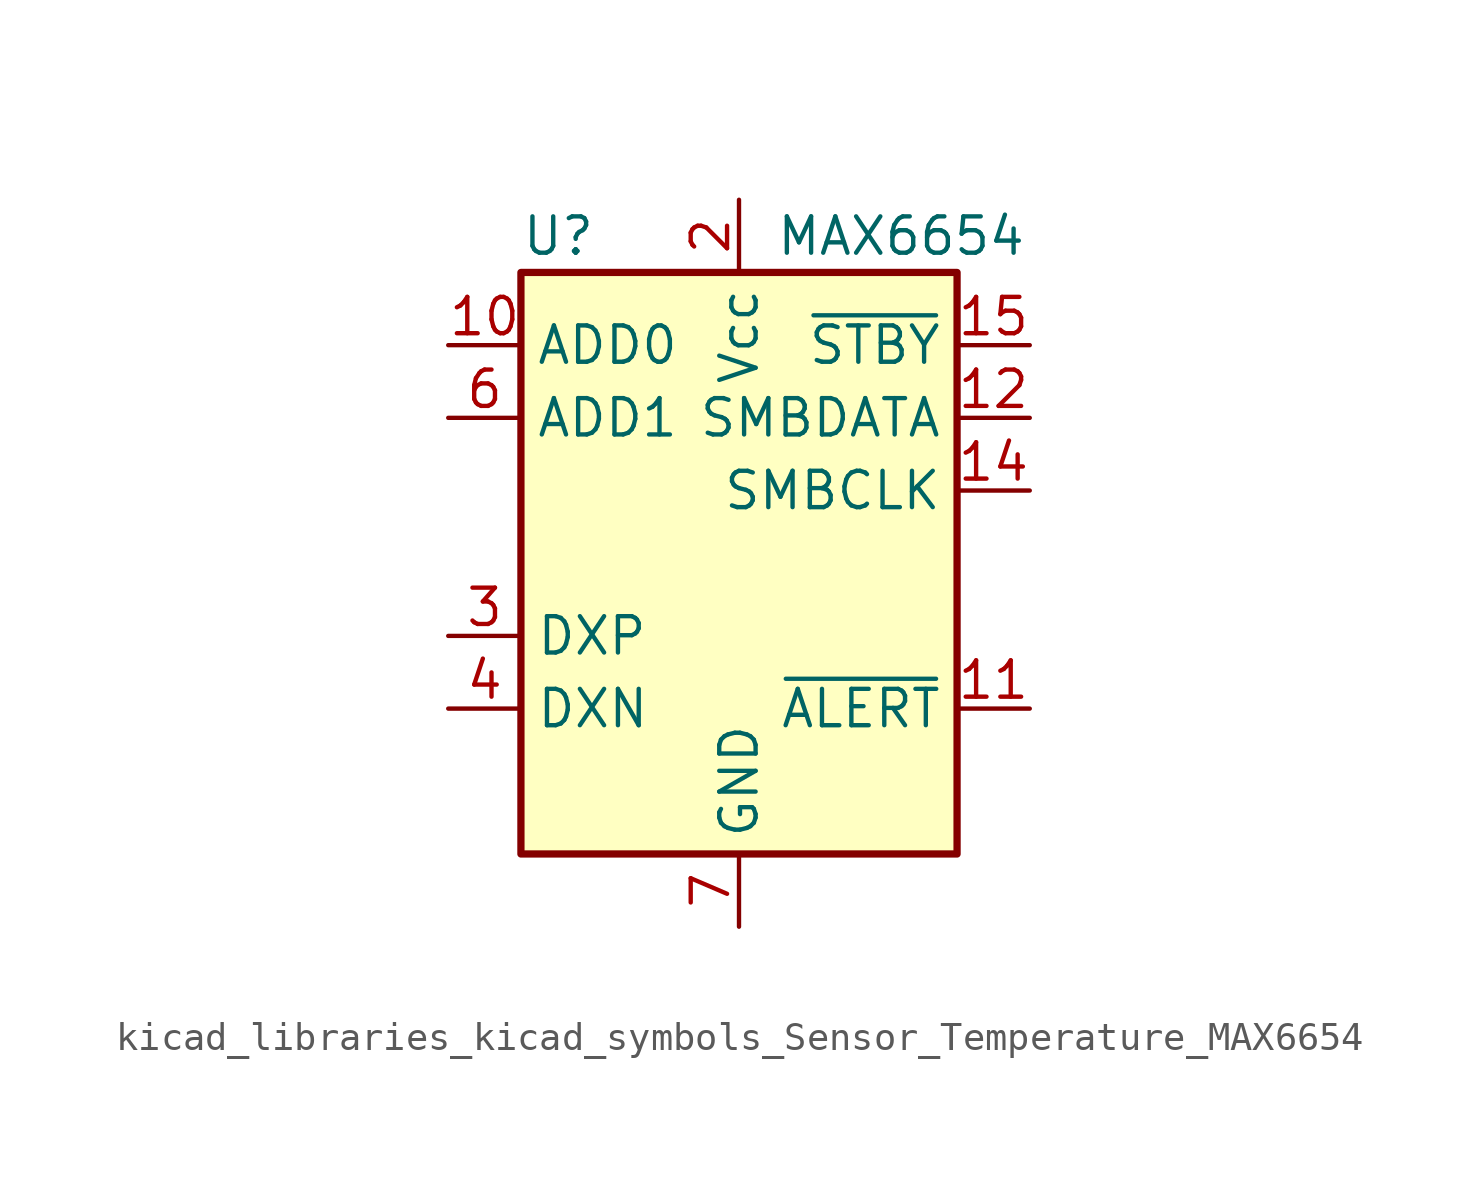
<source format=kicad_sym>
(kicad_symbol_lib
  (version 20220914)
  (generator kicad_symbol_editor)
  (symbol "kicad_libraries_kicad_symbols_Sensor_Temperature_MAX6654"
    (property "Reference" "U"
      (at -7.62 11.43 0)
      (effects (font (size 1.27 1.27)) (justify left)))
    (property "Value" "MAX6654"
      (at 1.27 11.43 0)
      (effects (font (size 1.27 1.27)) (justify left)))
    (symbol "kicad_libraries_kicad_symbols_Sensor_Temperature_MAX6654_0_1"
      (rectangle (start -7.62 10.16) (end 7.62 -10.16) (stroke (width 0.254) (type default)) (fill (type background))))
    (symbol "kicad_libraries_kicad_symbols_Sensor_Temperature_MAX6654_1_1"
      (pin no_connect line (at 7.62 0 180) (length 2.54) hide (name "NC" (effects (font (size 1.27 1.27)))) (number "1" (effects (font (size 1.27 1.27)))))
      (pin input line (at -10.16 7.62 0) (length 2.54) (name "ADD0" (effects (font (size 1.27 1.27)))) (number "10" (effects (font (size 1.27 1.27)))))
      (pin open_collector line (at 10.16 -5.08 180) (length 2.54) (name "~{ALERT}" (effects (font (size 1.27 1.27)))) (number "11" (effects (font (size 1.27 1.27)))))
      (pin bidirectional line (at 10.16 5.08 180) (length 2.54) (name "SMBDATA" (effects (font (size 1.27 1.27)))) (number "12" (effects (font (size 1.27 1.27)))))
      (pin no_connect line (at -7.62 2.54 0) (length 2.54) hide (name "NC" (effects (font (size 1.27 1.27)))) (number "13" (effects (font (size 1.27 1.27)))))
      (pin input line (at 10.16 2.54 180) (length 2.54) (name "SMBCLK" (effects (font (size 1.27 1.27)))) (number "14" (effects (font (size 1.27 1.27)))))
      (pin input line (at 10.16 7.62 180) (length 2.54) (name "~{STBY}" (effects (font (size 1.27 1.27)))) (number "15" (effects (font (size 1.27 1.27)))))
      (pin no_connect line (at -7.62 0 0) (length 2.54) hide (name "NC" (effects (font (size 1.27 1.27)))) (number "16" (effects (font (size 1.27 1.27)))))
      (pin power_in line (at 0 12.7 270) (length 2.54) (name "Vcc" (effects (font (size 1.27 1.27)))) (number "2" (effects (font (size 1.27 1.27)))))
      (pin input line (at -10.16 -2.54 0) (length 2.54) (name "DXP" (effects (font (size 1.27 1.27)))) (number "3" (effects (font (size 1.27 1.27)))))
      (pin input line (at -10.16 -5.08 0) (length 2.54) (name "DXN" (effects (font (size 1.27 1.27)))) (number "4" (effects (font (size 1.27 1.27)))))
      (pin no_connect line (at 7.62 -2.54 180) (length 2.54) hide (name "NC" (effects (font (size 1.27 1.27)))) (number "5" (effects (font (size 1.27 1.27)))))
      (pin input line (at -10.16 5.08 0) (length 2.54) (name "ADD1" (effects (font (size 1.27 1.27)))) (number "6" (effects (font (size 1.27 1.27)))))
      (pin power_in line (at 0 -12.7 90) (length 2.54) (name "GND" (effects (font (size 1.27 1.27)))) (number "7" (effects (font (size 1.27 1.27)))))
      (pin passive line (at 0 -12.7 90) (length 2.54) hide (name "GND" (effects (font (size 1.27 1.27)))) (number "8" (effects (font (size 1.27 1.27)))))
      (pin no_connect line (at 7.62 -7.62 180) (length 2.54) hide (name "NC" (effects (font (size 1.27 1.27)))) (number "9" (effects (font (size 1.27 1.27))))))))
</source>
